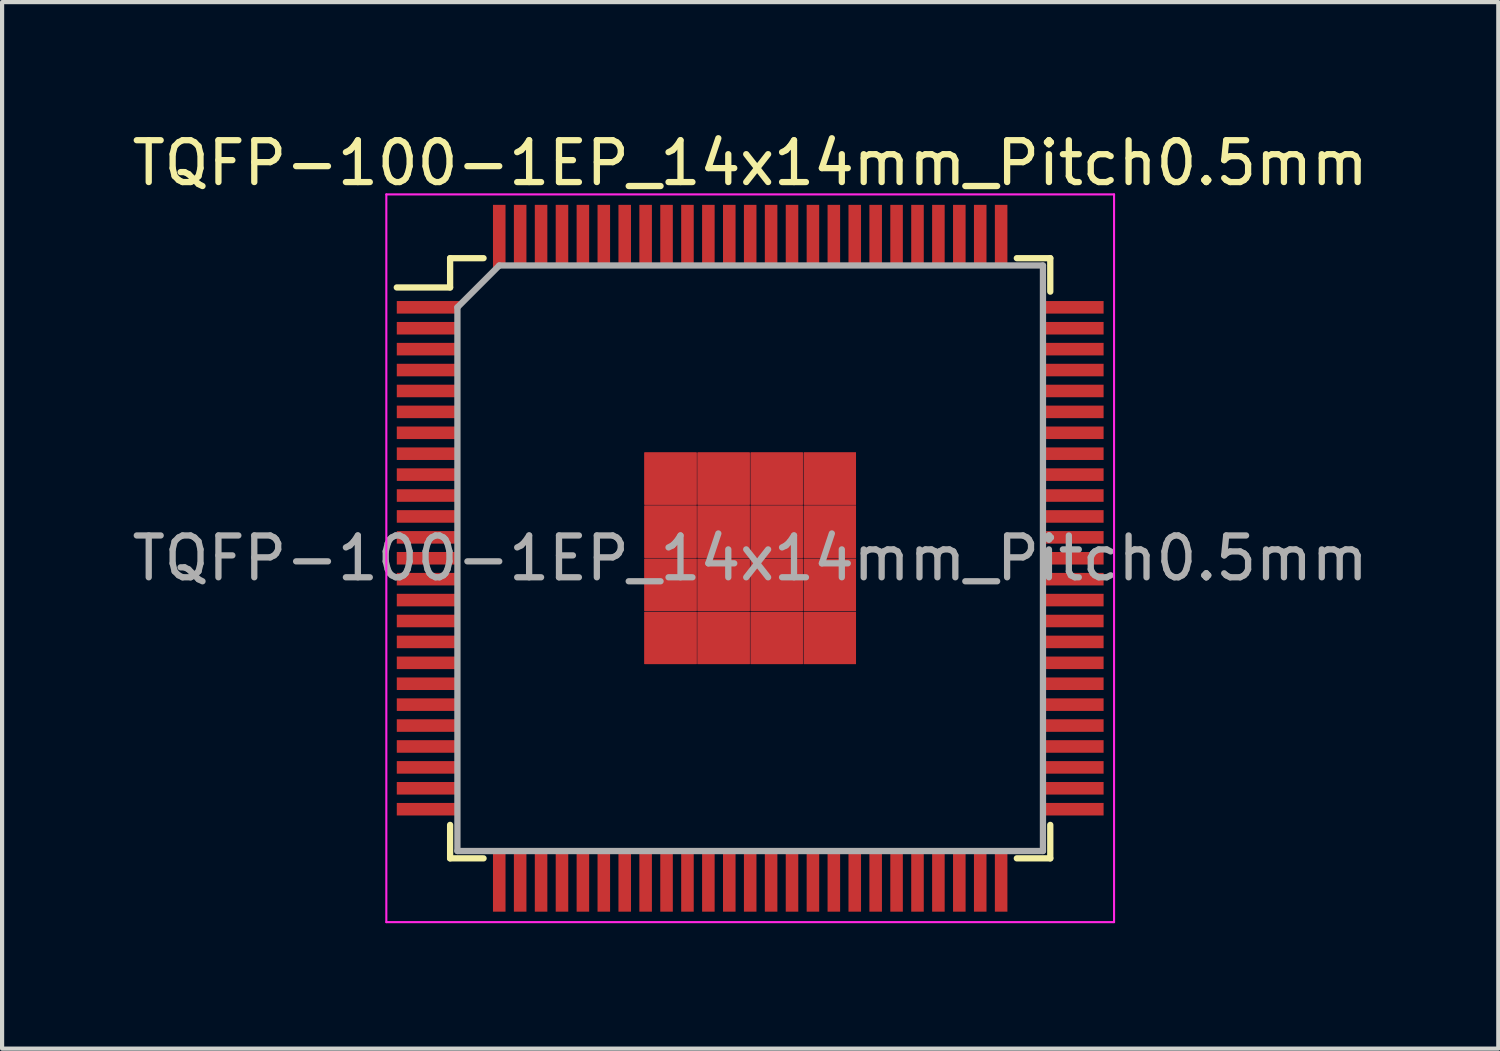
<source format=kicad_pcb>
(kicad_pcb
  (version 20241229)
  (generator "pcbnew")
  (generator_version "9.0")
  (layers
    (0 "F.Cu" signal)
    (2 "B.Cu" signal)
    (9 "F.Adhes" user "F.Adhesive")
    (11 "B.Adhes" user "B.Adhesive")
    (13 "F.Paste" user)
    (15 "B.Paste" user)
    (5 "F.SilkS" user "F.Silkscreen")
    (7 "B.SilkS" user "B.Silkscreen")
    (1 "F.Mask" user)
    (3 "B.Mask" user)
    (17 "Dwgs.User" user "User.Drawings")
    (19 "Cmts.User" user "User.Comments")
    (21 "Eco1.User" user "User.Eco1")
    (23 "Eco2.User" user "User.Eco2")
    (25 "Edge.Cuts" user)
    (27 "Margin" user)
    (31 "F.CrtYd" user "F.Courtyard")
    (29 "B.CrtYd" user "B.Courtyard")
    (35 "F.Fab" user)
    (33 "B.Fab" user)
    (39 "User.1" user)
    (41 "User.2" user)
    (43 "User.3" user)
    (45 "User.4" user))
  (footprint "TQFP-100-1EP_14x14mm_Pitch0.5mm"
    (layer "F.Cu")
    (at 14.887 10.298)
    (property "Reference" "TQFP-100-1EP_14x14mm_Pitch0.5mm" (at 0 -9.45 0) (layer "F.SilkS") (effects (font (size 1 1) (thickness 0.15))))
    (attr smd)
    (fp_line (start -7.175 -7.175) (end -7.175 -6.475) (stroke (width 0.15) (type solid)) (layer "F.SilkS"))
    (fp_line (start -7.175 -7.175) (end -6.375 -7.175) (stroke (width 0.15) (type solid)) (layer "F.SilkS"))
    (fp_line (start -7.175 -6.475) (end -8.45 -6.475) (stroke (width 0.15) (type solid)) (layer "F.SilkS"))
    (fp_line (start -7.175 7.175) (end -7.175 6.375) (stroke (width 0.15) (type solid)) (layer "F.SilkS"))
    (fp_line (start -7.175 7.175) (end -6.375 7.175) (stroke (width 0.15) (type solid)) (layer "F.SilkS"))
    (fp_line (start 7.175 -7.175) (end 6.375 -7.175) (stroke (width 0.15) (type solid)) (layer "F.SilkS"))
    (fp_line (start 7.175 -7.175) (end 7.175 -6.375) (stroke (width 0.15) (type solid)) (layer "F.SilkS"))
    (fp_line (start 7.175 7.175) (end 6.375 7.175) (stroke (width 0.15) (type solid)) (layer "F.SilkS"))
    (fp_line (start 7.175 7.175) (end 7.175 6.375) (stroke (width 0.15) (type solid)) (layer "F.SilkS"))
    (fp_line (start -8.7 -8.7) (end -8.7 8.7) (stroke (width 0.05) (type solid)) (layer "F.CrtYd"))
    (fp_line (start -8.7 -8.7) (end 8.7 -8.7) (stroke (width 0.05) (type solid)) (layer "F.CrtYd"))
    (fp_line (start -8.7 8.7) (end 8.7 8.7) (stroke (width 0.05) (type solid)) (layer "F.CrtYd"))
    (fp_line (start 8.7 -8.7) (end 8.7 8.7) (stroke (width 0.05) (type solid)) (layer "F.CrtYd"))
    (fp_line (start -7 -6) (end -6 -7) (stroke (width 0.15) (type solid)) (layer "F.Fab"))
    (fp_line (start -7 7) (end -7 -6) (stroke (width 0.15) (type solid)) (layer "F.Fab"))
    (fp_line (start -6 -7) (end 7 -7) (stroke (width 0.15) (type solid)) (layer "F.Fab"))
    (fp_line (start 7 -7) (end 7 7) (stroke (width 0.15) (type solid)) (layer "F.Fab"))
    (fp_line (start 7 7) (end -7 7) (stroke (width 0.15) (type solid)) (layer "F.Fab"))
    (fp_text user "${REFERENCE}" (at 0 0 0) (layer "F.Fab") (effects (font (size 1 1) (thickness 0.15))))
    (pad "1" smd rect (at -7.7 -6) (size 1.5 0.3) (layers "F.Cu" "F.Mask" "F.Paste"))
    (pad "2" smd rect (at -7.7 -5.5) (size 1.5 0.3) (layers "F.Cu" "F.Mask" "F.Paste"))
    (pad "3" smd rect (at -7.7 -5) (size 1.5 0.3) (layers "F.Cu" "F.Mask" "F.Paste"))
    (pad "4" smd rect (at -7.7 -4.5) (size 1.5 0.3) (layers "F.Cu" "F.Mask" "F.Paste"))
    (pad "5" smd rect (at -7.7 -4) (size 1.5 0.3) (layers "F.Cu" "F.Mask" "F.Paste"))
    (pad "6" smd rect (at -7.7 -3.5) (size 1.5 0.3) (layers "F.Cu" "F.Mask" "F.Paste"))
    (pad "7" smd rect (at -7.7 -3) (size 1.5 0.3) (layers "F.Cu" "F.Mask" "F.Paste"))
    (pad "8" smd rect (at -7.7 -2.5) (size 1.5 0.3) (layers "F.Cu" "F.Mask" "F.Paste"))
    (pad "9" smd rect (at -7.7 -2) (size 1.5 0.3) (layers "F.Cu" "F.Mask" "F.Paste"))
    (pad "10" smd rect (at -7.7 -1.5) (size 1.5 0.3) (layers "F.Cu" "F.Mask" "F.Paste"))
    (pad "11" smd rect (at -7.7 -1) (size 1.5 0.3) (layers "F.Cu" "F.Mask" "F.Paste"))
    (pad "12" smd rect (at -7.7 -0.5) (size 1.5 0.3) (layers "F.Cu" "F.Mask" "F.Paste"))
    (pad "13" smd rect (at -7.7 0) (size 1.5 0.3) (layers "F.Cu" "F.Mask" "F.Paste"))
    (pad "14" smd rect (at -7.7 0.5) (size 1.5 0.3) (layers "F.Cu" "F.Mask" "F.Paste"))
    (pad "15" smd rect (at -7.7 1) (size 1.5 0.3) (layers "F.Cu" "F.Mask" "F.Paste"))
    (pad "16" smd rect (at -7.7 1.5) (size 1.5 0.3) (layers "F.Cu" "F.Mask" "F.Paste"))
    (pad "17" smd rect (at -7.7 2) (size 1.5 0.3) (layers "F.Cu" "F.Mask" "F.Paste"))
    (pad "18" smd rect (at -7.7 2.5) (size 1.5 0.3) (layers "F.Cu" "F.Mask" "F.Paste"))
    (pad "19" smd rect (at -7.7 3) (size 1.5 0.3) (layers "F.Cu" "F.Mask" "F.Paste"))
    (pad "20" smd rect (at -7.7 3.5) (size 1.5 0.3) (layers "F.Cu" "F.Mask" "F.Paste"))
    (pad "21" smd rect (at -7.7 4) (size 1.5 0.3) (layers "F.Cu" "F.Mask" "F.Paste"))
    (pad "22" smd rect (at -7.7 4.5) (size 1.5 0.3) (layers "F.Cu" "F.Mask" "F.Paste"))
    (pad "23" smd rect (at -7.7 5) (size 1.5 0.3) (layers "F.Cu" "F.Mask" "F.Paste"))
    (pad "24" smd rect (at -7.7 5.5) (size 1.5 0.3) (layers "F.Cu" "F.Mask" "F.Paste"))
    (pad "25" smd rect (at -7.7 6) (size 1.5 0.3) (layers "F.Cu" "F.Mask" "F.Paste"))
    (pad "26" smd rect (at -6 7.7 90) (size 1.5 0.3) (layers "F.Cu" "F.Mask" "F.Paste"))
    (pad "27" smd rect (at -5.5 7.7 90) (size 1.5 0.3) (layers "F.Cu" "F.Mask" "F.Paste"))
    (pad "28" smd rect (at -5 7.7 90) (size 1.5 0.3) (layers "F.Cu" "F.Mask" "F.Paste"))
    (pad "29" smd rect (at -4.5 7.7 90) (size 1.5 0.3) (layers "F.Cu" "F.Mask" "F.Paste"))
    (pad "30" smd rect (at -4 7.7 90) (size 1.5 0.3) (layers "F.Cu" "F.Mask" "F.Paste"))
    (pad "31" smd rect (at -3.5 7.7 90) (size 1.5 0.3) (layers "F.Cu" "F.Mask" "F.Paste"))
    (pad "32" smd rect (at -3 7.7 90) (size 1.5 0.3) (layers "F.Cu" "F.Mask" "F.Paste"))
    (pad "33" smd rect (at -2.5 7.7 90) (size 1.5 0.3) (layers "F.Cu" "F.Mask" "F.Paste"))
    (pad "34" smd rect (at -2 7.7 90) (size 1.5 0.3) (layers "F.Cu" "F.Mask" "F.Paste"))
    (pad "35" smd rect (at -1.5 7.7 90) (size 1.5 0.3) (layers "F.Cu" "F.Mask" "F.Paste"))
    (pad "36" smd rect (at -1 7.7 90) (size 1.5 0.3) (layers "F.Cu" "F.Mask" "F.Paste"))
    (pad "37" smd rect (at -0.5 7.7 90) (size 1.5 0.3) (layers "F.Cu" "F.Mask" "F.Paste"))
    (pad "38" smd rect (at 0 7.7 90) (size 1.5 0.3) (layers "F.Cu" "F.Mask" "F.Paste"))
    (pad "39" smd rect (at 0.5 7.7 90) (size 1.5 0.3) (layers "F.Cu" "F.Mask" "F.Paste"))
    (pad "40" smd rect (at 1 7.7 90) (size 1.5 0.3) (layers "F.Cu" "F.Mask" "F.Paste"))
    (pad "41" smd rect (at 1.5 7.7 90) (size 1.5 0.3) (layers "F.Cu" "F.Mask" "F.Paste"))
    (pad "42" smd rect (at 2 7.7 90) (size 1.5 0.3) (layers "F.Cu" "F.Mask" "F.Paste"))
    (pad "43" smd rect (at 2.5 7.7 90) (size 1.5 0.3) (layers "F.Cu" "F.Mask" "F.Paste"))
    (pad "44" smd rect (at 3 7.7 90) (size 1.5 0.3) (layers "F.Cu" "F.Mask" "F.Paste"))
    (pad "45" smd rect (at 3.5 7.7 90) (size 1.5 0.3) (layers "F.Cu" "F.Mask" "F.Paste"))
    (pad "46" smd rect (at 4 7.7 90) (size 1.5 0.3) (layers "F.Cu" "F.Mask" "F.Paste"))
    (pad "47" smd rect (at 4.5 7.7 90) (size 1.5 0.3) (layers "F.Cu" "F.Mask" "F.Paste"))
    (pad "48" smd rect (at 5 7.7 90) (size 1.5 0.3) (layers "F.Cu" "F.Mask" "F.Paste"))
    (pad "49" smd rect (at 5.5 7.7 90) (size 1.5 0.3) (layers "F.Cu" "F.Mask" "F.Paste"))
    (pad "50" smd rect (at 6 7.7 90) (size 1.5 0.3) (layers "F.Cu" "F.Mask" "F.Paste"))
    (pad "51" smd rect (at 7.7 6) (size 1.5 0.3) (layers "F.Cu" "F.Mask" "F.Paste"))
    (pad "52" smd rect (at 7.7 5.5) (size 1.5 0.3) (layers "F.Cu" "F.Mask" "F.Paste"))
    (pad "53" smd rect (at 7.7 5) (size 1.5 0.3) (layers "F.Cu" "F.Mask" "F.Paste"))
    (pad "54" smd rect (at 7.7 4.5) (size 1.5 0.3) (layers "F.Cu" "F.Mask" "F.Paste"))
    (pad "55" smd rect (at 7.7 4) (size 1.5 0.3) (layers "F.Cu" "F.Mask" "F.Paste"))
    (pad "56" smd rect (at 7.7 3.5) (size 1.5 0.3) (layers "F.Cu" "F.Mask" "F.Paste"))
    (pad "57" smd rect (at 7.7 3) (size 1.5 0.3) (layers "F.Cu" "F.Mask" "F.Paste"))
    (pad "58" smd rect (at 7.7 2.5) (size 1.5 0.3) (layers "F.Cu" "F.Mask" "F.Paste"))
    (pad "59" smd rect (at 7.7 2) (size 1.5 0.3) (layers "F.Cu" "F.Mask" "F.Paste"))
    (pad "60" smd rect (at 7.7 1.5) (size 1.5 0.3) (layers "F.Cu" "F.Mask" "F.Paste"))
    (pad "61" smd rect (at 7.7 1) (size 1.5 0.3) (layers "F.Cu" "F.Mask" "F.Paste"))
    (pad "62" smd rect (at 7.7 0.5) (size 1.5 0.3) (layers "F.Cu" "F.Mask" "F.Paste"))
    (pad "63" smd rect (at 7.7 0) (size 1.5 0.3) (layers "F.Cu" "F.Mask" "F.Paste"))
    (pad "64" smd rect (at 7.7 -0.5) (size 1.5 0.3) (layers "F.Cu" "F.Mask" "F.Paste"))
    (pad "65" smd rect (at 7.7 -1) (size 1.5 0.3) (layers "F.Cu" "F.Mask" "F.Paste"))
    (pad "66" smd rect (at 7.7 -1.5) (size 1.5 0.3) (layers "F.Cu" "F.Mask" "F.Paste"))
    (pad "67" smd rect (at 7.7 -2) (size 1.5 0.3) (layers "F.Cu" "F.Mask" "F.Paste"))
    (pad "68" smd rect (at 7.7 -2.5) (size 1.5 0.3) (layers "F.Cu" "F.Mask" "F.Paste"))
    (pad "69" smd rect (at 7.7 -3) (size 1.5 0.3) (layers "F.Cu" "F.Mask" "F.Paste"))
    (pad "70" smd rect (at 7.7 -3.5) (size 1.5 0.3) (layers "F.Cu" "F.Mask" "F.Paste"))
    (pad "71" smd rect (at 7.7 -4) (size 1.5 0.3) (layers "F.Cu" "F.Mask" "F.Paste"))
    (pad "72" smd rect (at 7.7 -4.5) (size 1.5 0.3) (layers "F.Cu" "F.Mask" "F.Paste"))
    (pad "73" smd rect (at 7.7 -5) (size 1.5 0.3) (layers "F.Cu" "F.Mask" "F.Paste"))
    (pad "74" smd rect (at 7.7 -5.5) (size 1.5 0.3) (layers "F.Cu" "F.Mask" "F.Paste"))
    (pad "75" smd rect (at 7.7 -6) (size 1.5 0.3) (layers "F.Cu" "F.Mask" "F.Paste"))
    (pad "76" smd rect (at 6 -7.7 90) (size 1.5 0.3) (layers "F.Cu" "F.Mask" "F.Paste"))
    (pad "77" smd rect (at 5.5 -7.7 90) (size 1.5 0.3) (layers "F.Cu" "F.Mask" "F.Paste"))
    (pad "78" smd rect (at 5 -7.7 90) (size 1.5 0.3) (layers "F.Cu" "F.Mask" "F.Paste"))
    (pad "79" smd rect (at 4.5 -7.7 90) (size 1.5 0.3) (layers "F.Cu" "F.Mask" "F.Paste"))
    (pad "80" smd rect (at 4 -7.7 90) (size 1.5 0.3) (layers "F.Cu" "F.Mask" "F.Paste"))
    (pad "81" smd rect (at 3.5 -7.7 90) (size 1.5 0.3) (layers "F.Cu" "F.Mask" "F.Paste"))
    (pad "82" smd rect (at 3 -7.7 90) (size 1.5 0.3) (layers "F.Cu" "F.Mask" "F.Paste"))
    (pad "83" smd rect (at 2.5 -7.7 90) (size 1.5 0.3) (layers "F.Cu" "F.Mask" "F.Paste"))
    (pad "84" smd rect (at 2 -7.7 90) (size 1.5 0.3) (layers "F.Cu" "F.Mask" "F.Paste"))
    (pad "85" smd rect (at 1.5 -7.7 90) (size 1.5 0.3) (layers "F.Cu" "F.Mask" "F.Paste"))
    (pad "86" smd rect (at 1 -7.7 90) (size 1.5 0.3) (layers "F.Cu" "F.Mask" "F.Paste"))
    (pad "87" smd rect (at 0.5 -7.7 90) (size 1.5 0.3) (layers "F.Cu" "F.Mask" "F.Paste"))
    (pad "88" smd rect (at 0 -7.7 90) (size 1.5 0.3) (layers "F.Cu" "F.Mask" "F.Paste"))
    (pad "89" smd rect (at -0.5 -7.7 90) (size 1.5 0.3) (layers "F.Cu" "F.Mask" "F.Paste"))
    (pad "90" smd rect (at -1 -7.7 90) (size 1.5 0.3) (layers "F.Cu" "F.Mask" "F.Paste"))
    (pad "91" smd rect (at -1.5 -7.7 90) (size 1.5 0.3) (layers "F.Cu" "F.Mask" "F.Paste"))
    (pad "92" smd rect (at -2 -7.7 90) (size 1.5 0.3) (layers "F.Cu" "F.Mask" "F.Paste"))
    (pad "93" smd rect (at -2.5 -7.7 90) (size 1.5 0.3) (layers "F.Cu" "F.Mask" "F.Paste"))
    (pad "94" smd rect (at -3 -7.7 90) (size 1.5 0.3) (layers "F.Cu" "F.Mask" "F.Paste"))
    (pad "95" smd rect (at -3.5 -7.7 90) (size 1.5 0.3) (layers "F.Cu" "F.Mask" "F.Paste"))
    (pad "96" smd rect (at -4 -7.7 90) (size 1.5 0.3) (layers "F.Cu" "F.Mask" "F.Paste"))
    (pad "97" smd rect (at -4.5 -7.7 90) (size 1.5 0.3) (layers "F.Cu" "F.Mask" "F.Paste"))
    (pad "98" smd rect (at -5 -7.7 90) (size 1.5 0.3) (layers "F.Cu" "F.Mask" "F.Paste"))
    (pad "99" smd rect (at -5.5 -7.7 90) (size 1.5 0.3) (layers "F.Cu" "F.Mask" "F.Paste"))
    (pad "100" smd rect (at -6 -7.7 90) (size 1.5 0.3) (layers "F.Cu" "F.Mask" "F.Paste"))
    (pad "101" smd rect (at -1.905 -1.905) (size 1.25 1.25) (layers "F.Cu" "F.Mask" "F.Paste"))
    (pad "101" smd rect (at -1.905 -1.905) (size 1.25 1.25) (layers "F.Cu" "F.Mask" "F.Paste"))
    (pad "101" smd rect (at -1.905 -0.635) (size 1.25 1.25) (layers "F.Cu" "F.Mask" "F.Paste"))
    (pad "101" smd rect (at -1.905 -0.635) (size 1.25 1.25) (layers "F.Cu" "F.Mask" "F.Paste"))
    (pad "101" smd rect (at -1.905 0.635) (size 1.25 1.25) (layers "F.Cu" "F.Mask" "F.Paste"))
    (pad "101" smd rect (at -1.905 0.635) (size 1.25 1.25) (layers "F.Cu" "F.Mask" "F.Paste"))
    (pad "101" smd rect (at -1.905 1.905) (size 1.25 1.25) (layers "F.Cu" "F.Mask" "F.Paste"))
    (pad "101" smd rect (at -1.905 1.905) (size 1.25 1.25) (layers "F.Cu" "F.Mask" "F.Paste"))
    (pad "101" smd rect (at -0.635 -1.905) (size 1.25 1.25) (layers "F.Cu" "F.Mask" "F.Paste"))
    (pad "101" smd rect (at -0.635 -1.905) (size 1.25 1.25) (layers "F.Cu" "F.Mask" "F.Paste"))
    (pad "101" smd rect (at -0.635 -0.635) (size 1.25 1.25) (layers "F.Cu" "F.Mask" "F.Paste"))
    (pad "101" smd rect (at -0.635 -0.635) (size 1.25 1.25) (layers "F.Cu" "F.Mask" "F.Paste"))
    (pad "101" smd rect (at -0.635 0.635) (size 1.25 1.25) (layers "F.Cu" "F.Mask" "F.Paste"))
    (pad "101" smd rect (at -0.635 0.635) (size 1.25 1.25) (layers "F.Cu" "F.Mask" "F.Paste"))
    (pad "101" smd rect (at -0.635 1.905) (size 1.25 1.25) (layers "F.Cu" "F.Mask" "F.Paste"))
    (pad "101" smd rect (at -0.635 1.905) (size 1.25 1.25) (layers "F.Cu" "F.Mask" "F.Paste"))
    (pad "101" smd rect (at 0.635 -1.905) (size 1.25 1.25) (layers "F.Cu" "F.Mask" "F.Paste"))
    (pad "101" smd rect (at 0.635 -1.905) (size 1.25 1.25) (layers "F.Cu" "F.Mask" "F.Paste"))
    (pad "101" smd rect (at 0.635 -0.635) (size 1.25 1.25) (layers "F.Cu" "F.Mask" "F.Paste"))
    (pad "101" smd rect (at 0.635 -0.635) (size 1.25 1.25) (layers "F.Cu" "F.Mask" "F.Paste"))
    (pad "101" smd rect (at 0.635 0.635) (size 1.25 1.25) (layers "F.Cu" "F.Mask" "F.Paste"))
    (pad "101" smd rect (at 0.635 0.635) (size 1.25 1.25) (layers "F.Cu" "F.Mask" "F.Paste"))
    (pad "101" smd rect (at 0.635 1.905) (size 1.25 1.25) (layers "F.Cu" "F.Mask" "F.Paste"))
    (pad "101" smd rect (at 0.635 1.905) (size 1.25 1.25) (layers "F.Cu" "F.Mask" "F.Paste"))
    (pad "101" smd rect (at 1.905 -1.905) (size 1.25 1.25) (layers "F.Cu" "F.Mask" "F.Paste"))
    (pad "101" smd rect (at 1.905 -1.905) (size 1.25 1.25) (layers "F.Cu" "F.Mask" "F.Paste"))
    (pad "101" smd rect (at 1.905 -0.635) (size 1.25 1.25) (layers "F.Cu" "F.Mask" "F.Paste"))
    (pad "101" smd rect (at 1.905 -0.635) (size 1.25 1.25) (layers "F.Cu" "F.Mask" "F.Paste"))
    (pad "101" smd rect (at 1.905 0.635) (size 1.25 1.25) (layers "F.Cu" "F.Mask" "F.Paste"))
    (pad "101" smd rect (at 1.905 0.635) (size 1.25 1.25) (layers "F.Cu" "F.Mask" "F.Paste"))
    (pad "101" smd rect (at 1.905 1.905) (size 1.25 1.25) (layers "F.Cu" "F.Mask" "F.Paste"))
    (pad "101" smd rect (at 1.905 1.905) (size 1.25 1.25) (layers "F.Cu" "F.Mask" "F.Paste")))
  (gr_rect
    (start -3 -3)
    (end 32.774 22.023)
    (stroke (width 0.1) (type default))
    (fill no)
    (layer "Edge.Cuts")))
</source>
